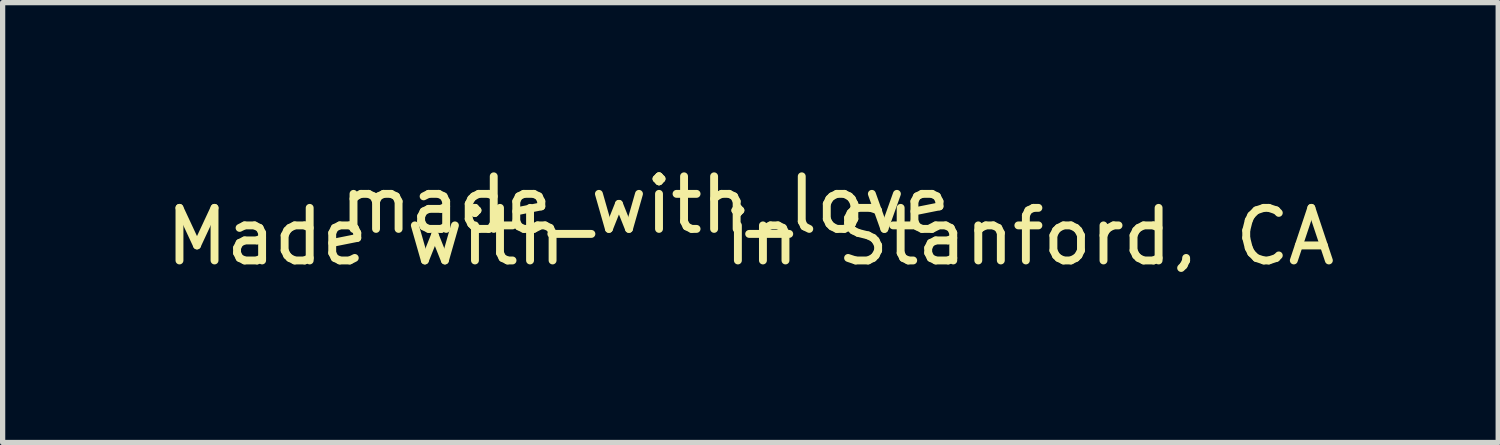
<source format=kicad_pcb>
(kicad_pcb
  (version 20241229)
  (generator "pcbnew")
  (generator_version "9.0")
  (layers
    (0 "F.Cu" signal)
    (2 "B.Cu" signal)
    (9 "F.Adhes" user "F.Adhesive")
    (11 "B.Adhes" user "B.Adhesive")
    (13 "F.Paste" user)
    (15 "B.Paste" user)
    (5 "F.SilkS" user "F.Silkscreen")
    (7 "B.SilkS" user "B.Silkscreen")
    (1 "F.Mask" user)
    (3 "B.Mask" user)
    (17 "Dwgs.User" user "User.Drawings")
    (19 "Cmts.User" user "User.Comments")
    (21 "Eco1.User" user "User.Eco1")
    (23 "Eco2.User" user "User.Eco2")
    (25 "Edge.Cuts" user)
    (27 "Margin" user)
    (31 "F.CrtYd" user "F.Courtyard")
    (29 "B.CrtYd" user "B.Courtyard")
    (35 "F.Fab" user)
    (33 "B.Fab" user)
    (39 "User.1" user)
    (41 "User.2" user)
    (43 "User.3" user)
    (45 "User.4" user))
  (footprint "made_with_love"
    (layer "F.Cu")
    (at 9.22 1.348)
    (property "Reference" "made_with_love" (at 0 -0.5 0) (unlocked yes) (layer "F.SilkS") (effects (font (size 1 1) (thickness 0.15))))
    (attr smd)
    (fp_poly (pts (xy -0.395 -0.62) (xy -0.394 -0.619) (xy -0.35 -0.61) (xy -0.309 -0.597) (xy -0.27 -0.579) (xy -0.231 -0.556) (xy -0.191 -0.527) (xy -0.15 -0.492) (xy -0.107 -0.451) (xy -0.106 -0.45) (xy -0.074 -0.416) (xy -0.048 -0.385) (xy -0.026 -0.356) (xy -0.012 -0.333) (xy -0.005 -0.321) (xy 0.001 -0.315) (xy 0.004 -0.316) (xy 0.004 -0.319) (xy 0.006 -0.325) (xy 0.013 -0.335) (xy 0.022 -0.35) (xy 0.034 -0.366) (xy 0.046 -0.383) (xy 0.059 -0.4) (xy 0.062 -0.403) (xy 0.086 -0.431) (xy 0.114 -0.46) (xy 0.146 -0.489) (xy 0.178 -0.516) (xy 0.21 -0.541) (xy 0.24 -0.562) (xy 0.262 -0.575) (xy 0.317 -0.599) (xy 0.373 -0.615) (xy 0.43 -0.624) (xy 0.488 -0.625) (xy 0.545 -0.618) (xy 0.602 -0.604) (xy 0.656 -0.581) (xy 0.662 -0.579) (xy 0.714 -0.548) (xy 0.761 -0.511) (xy 0.803 -0.467) (xy 0.841 -0.419) (xy 0.872 -0.365) (xy 0.898 -0.308) (xy 0.917 -0.247) (xy 0.926 -0.205) (xy 0.929 -0.174) (xy 0.931 -0.138) (xy 0.93 -0.099) (xy 0.927 -0.061) (xy 0.922 -0.026) (xy 0.92 -0.014) (xy 0.903 0.047) (xy 0.879 0.111) (xy 0.849 0.177) (xy 0.812 0.244) (xy 0.769 0.311) (xy 0.763 0.32) (xy 0.736 0.358) (xy 0.71 0.392) (xy 0.687 0.421) (xy 0.678 0.431) (xy 0.669 0.442) (xy 0.656 0.456) (xy 0.643 0.472) (xy 0.639 0.476) (xy 0.612 0.506) (xy 0.58 0.54) (xy 0.545 0.576) (xy 0.508 0.613) (xy 0.471 0.648) (xy 0.436 0.681) (xy 0.419 0.697) (xy 0.387 0.725) (xy 0.356 0.751) (xy 0.325 0.777) (xy 0.293 0.803) (xy 0.259 0.83) (xy 0.222 0.858) (xy 0.181 0.889) (xy 0.135 0.924) (xy 0.108 0.944) (xy 0.096 0.952) (xy 0.081 0.963) (xy 0.064 0.975) (xy 0.046 0.986) (xy 0.03 0.997) (xy 0.016 1.007) (xy 0.006 1.013) (xy 0.000172 1.016) (xy -0.000227 1.016) (xy -0.004 1.014) (xy -0.013 1.008) (xy -0.027 0.999) (xy -0.043 0.989) (xy -0.045 0.987) (xy -0.132 0.927) (xy -0.218 0.863) (xy -0.302 0.796) (xy -0.383 0.727) (xy -0.461 0.657) (xy -0.534 0.587) (xy -0.602 0.517) (xy -0.664 0.448) (xy -0.719 0.38) (xy -0.73 0.365) (xy -0.782 0.291) (xy -0.826 0.219) (xy -0.863 0.148) (xy -0.892 0.078) (xy -0.913 0.01) (xy -0.926 -0.056) (xy -0.931 -0.121) (xy -0.93 -0.155) (xy -0.925 -0.209) (xy -0.914 -0.261) (xy -0.896 -0.312) (xy -0.874 -0.362) (xy -0.843 -0.415) (xy -0.807 -0.464) (xy -0.766 -0.506) (xy -0.721 -0.543) (xy -0.672 -0.573) (xy -0.62 -0.597) (xy -0.566 -0.614) (xy -0.51 -0.623) (xy -0.453 -0.625)) (stroke (width 0) (type solid)) (fill yes) (layer "F.Mask"))
    (fp_text user "Made with    in Stanford, CA" (at 2 0.1 0) (unlocked yes) (layer "F.SilkS") (effects (font (size 1 1) (thickness 0.15)))))
  (gr_rect
    (start -3 -3)
    (end 25.44 5.365)
    (stroke (width 0.1) (type default))
    (fill no)
    (layer "Edge.Cuts")))
</source>
